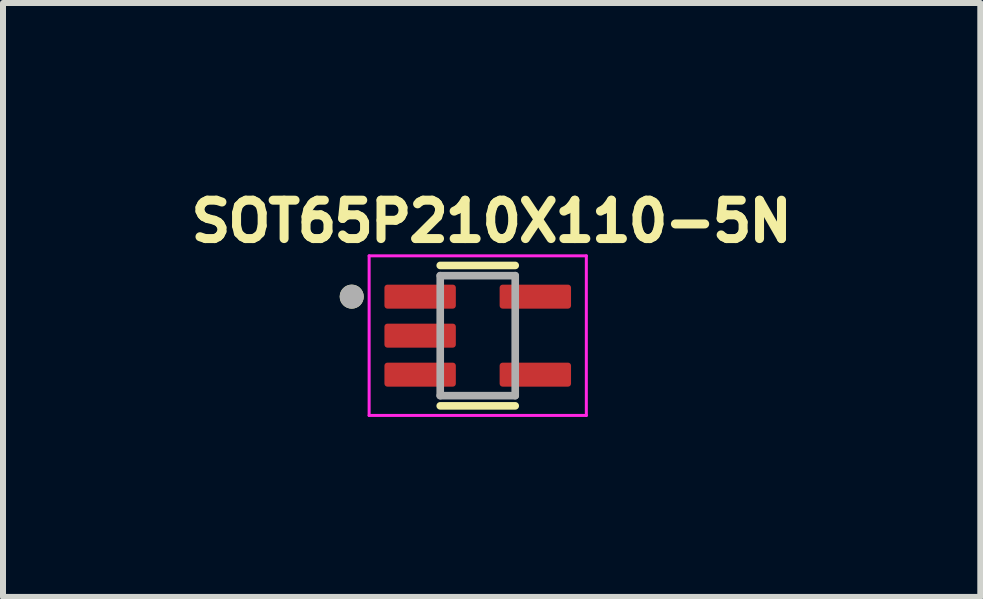
<source format=kicad_pcb>
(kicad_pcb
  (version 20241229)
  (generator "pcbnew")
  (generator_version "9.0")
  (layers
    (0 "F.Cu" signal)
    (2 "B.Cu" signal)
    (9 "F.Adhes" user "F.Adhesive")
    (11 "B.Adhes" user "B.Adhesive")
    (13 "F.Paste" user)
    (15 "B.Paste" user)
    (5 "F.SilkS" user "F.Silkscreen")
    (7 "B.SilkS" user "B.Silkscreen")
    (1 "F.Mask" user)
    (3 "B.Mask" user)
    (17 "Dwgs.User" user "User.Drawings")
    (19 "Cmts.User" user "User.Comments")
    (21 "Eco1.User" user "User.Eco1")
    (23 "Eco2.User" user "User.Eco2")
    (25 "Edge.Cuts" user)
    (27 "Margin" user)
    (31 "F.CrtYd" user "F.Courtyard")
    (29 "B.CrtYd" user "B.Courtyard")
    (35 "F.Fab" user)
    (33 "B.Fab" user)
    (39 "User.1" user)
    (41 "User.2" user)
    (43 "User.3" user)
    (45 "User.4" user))
  (footprint "SOT65P210X110-5N"
    (layer "F.Cu")
    (at 4.912 2.544)
    (property "Reference" "SOT65P210X110-5N" (at 0.232 -1.906 0) (layer "F.SilkS") (effects (font (size 0.64 0.64) (thickness 0.15))))
    (attr smd)
    (fp_line (start -0.625 -1.17) (end 0.625 -1.17) (stroke (width 0.127) (type solid)) (layer "F.SilkS"))
    (fp_line (start 0.625 1.17) (end -0.625 1.17) (stroke (width 0.127) (type solid)) (layer "F.SilkS"))
    (fp_circle (center -2.1 -0.65) (end -2 -0.65) (stroke (width 0.2) (type solid)) (fill no) (layer "F.SilkS"))
    (fp_line (start -1.81 -1.33) (end 1.81 -1.33) (stroke (width 0.05) (type solid)) (layer "F.CrtYd"))
    (fp_line (start -1.81 1.33) (end -1.81 -1.33) (stroke (width 0.05) (type solid)) (layer "F.CrtYd"))
    (fp_line (start 1.81 -1.33) (end 1.81 1.33) (stroke (width 0.05) (type solid)) (layer "F.CrtYd"))
    (fp_line (start 1.81 1.33) (end -1.81 1.33) (stroke (width 0.05) (type solid)) (layer "F.CrtYd"))
    (fp_line (start -0.625 -1) (end 0.625 -1) (stroke (width 0.127) (type solid)) (layer "F.Fab"))
    (fp_line (start -0.625 1) (end -0.625 -1) (stroke (width 0.127) (type solid)) (layer "F.Fab"))
    (fp_line (start 0.625 -1) (end 0.625 1) (stroke (width 0.127) (type solid)) (layer "F.Fab"))
    (fp_line (start 0.625 1) (end -0.625 1) (stroke (width 0.127) (type solid)) (layer "F.Fab"))
    (fp_circle (center -2.1 -0.65) (end -2 -0.65) (stroke (width 0.2) (type solid)) (fill no) (layer "F.Fab"))
    (pad "1" smd roundrect (at -0.96 -0.65) (size 1.19 0.4) (layers "F.Cu" "F.Mask" "F.Paste") (roundrect_rratio 0.125))
    (pad "2" smd roundrect (at -0.96 0) (size 1.19 0.4) (layers "F.Cu" "F.Mask" "F.Paste") (roundrect_rratio 0.125))
    (pad "3" smd roundrect (at -0.96 0.65) (size 1.19 0.4) (layers "F.Cu" "F.Mask" "F.Paste") (roundrect_rratio 0.125))
    (pad "4" smd roundrect (at 0.96 0.65) (size 1.19 0.4) (layers "F.Cu" "F.Mask" "F.Paste") (roundrect_rratio 0.125))
    (pad "5" smd roundrect (at 0.96 -0.65) (size 1.19 0.4) (layers "F.Cu" "F.Mask" "F.Paste") (roundrect_rratio 0.125)))
  (gr_rect
    (start -3 -3)
    (end 13.288 6.899)
    (stroke (width 0.1) (type default))
    (fill no)
    (layer "Edge.Cuts")))
</source>
